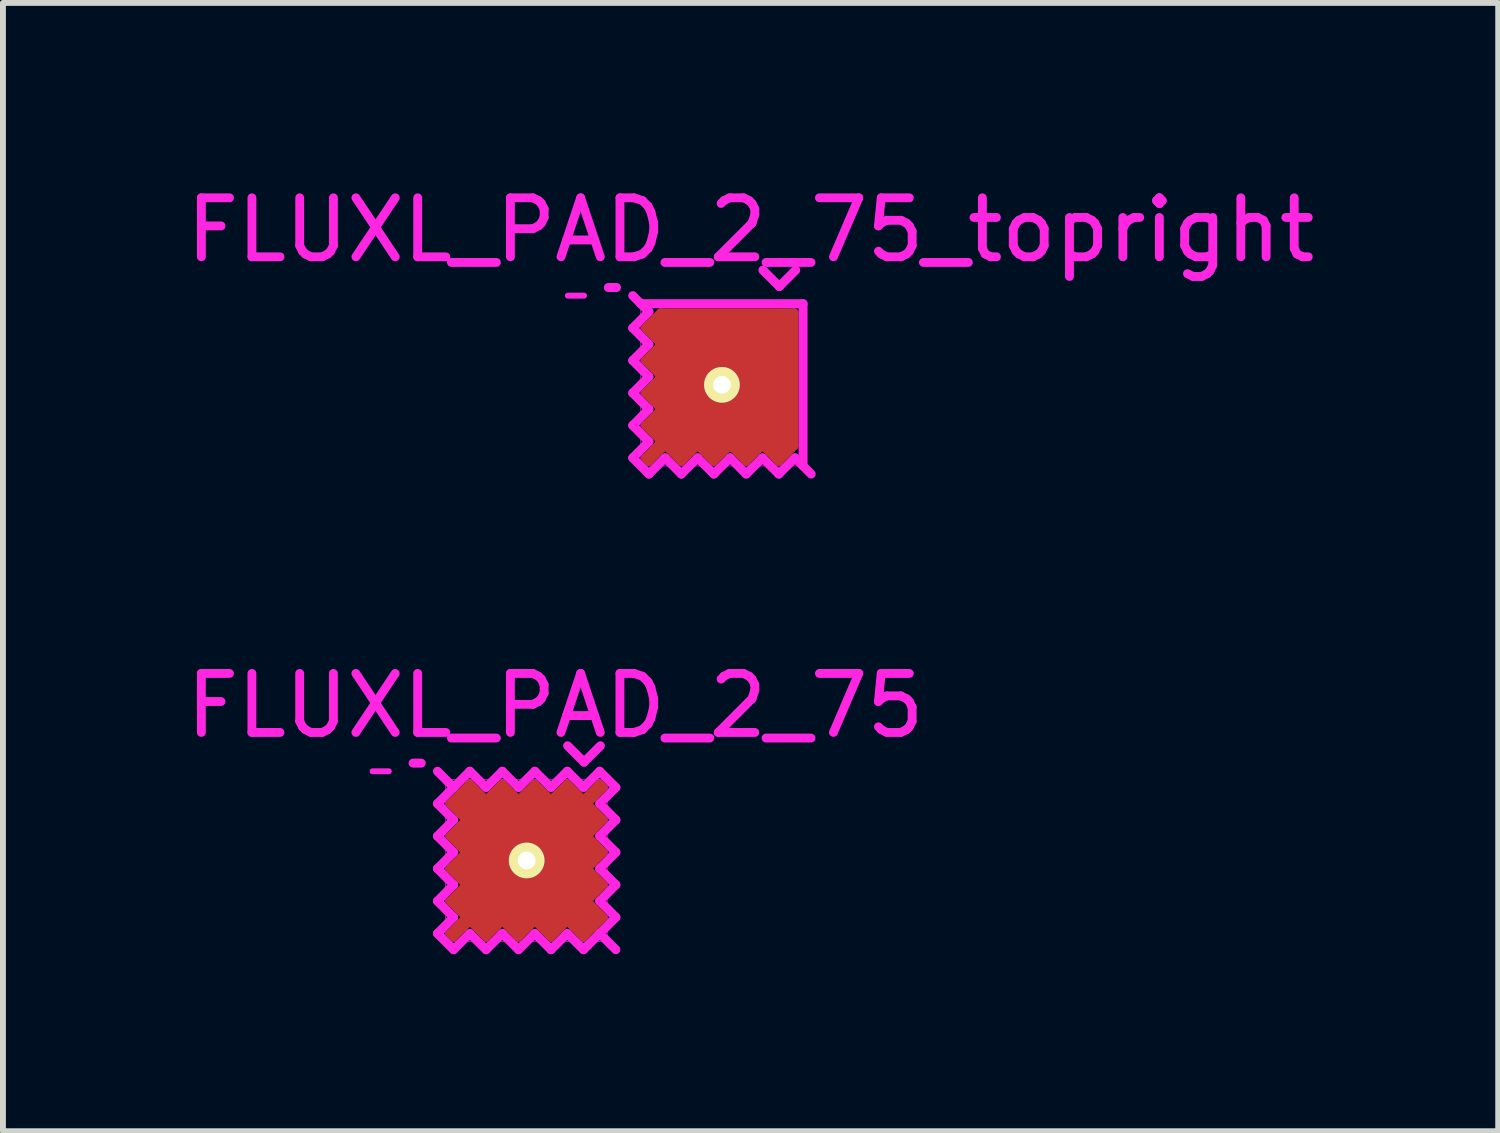
<source format=kicad_pcb>
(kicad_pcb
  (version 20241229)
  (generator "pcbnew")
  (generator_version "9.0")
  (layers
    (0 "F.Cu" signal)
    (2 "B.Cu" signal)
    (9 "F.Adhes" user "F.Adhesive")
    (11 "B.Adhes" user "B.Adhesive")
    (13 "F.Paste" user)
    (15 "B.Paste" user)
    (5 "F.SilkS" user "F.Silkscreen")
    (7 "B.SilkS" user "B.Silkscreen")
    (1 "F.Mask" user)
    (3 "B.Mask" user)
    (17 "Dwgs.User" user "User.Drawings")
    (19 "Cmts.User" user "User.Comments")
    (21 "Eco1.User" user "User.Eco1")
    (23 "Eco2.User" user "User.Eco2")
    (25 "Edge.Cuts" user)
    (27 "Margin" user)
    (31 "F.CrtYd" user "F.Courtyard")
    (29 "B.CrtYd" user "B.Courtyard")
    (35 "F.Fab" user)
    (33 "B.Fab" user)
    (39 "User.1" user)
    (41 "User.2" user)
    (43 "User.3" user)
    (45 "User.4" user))
  (footprint "FLUXL_PAD_2_75"
    (layer "F.Cu")
    (at 5.877 11.535)
    (property "Reference" "FLUXL_PAD_2_75" (at 0.486 -2.625 0) (layer "F.CrtYd") (effects (font (size 1 1) (thickness 0.15))))
    (attr smd)
    (fp_line (start -1.292 -0.963) (end -1.018 -0.688) (stroke (width 0.152) (type solid)) (layer "F.Cu"))
    (fp_line (start -1.292 -0.412) (end -1.018 -0.138) (stroke (width 0.152) (type solid)) (layer "F.Cu"))
    (fp_line (start -1.292 0.138) (end -1.018 0.412) (stroke (width 0.152) (type solid)) (layer "F.Cu"))
    (fp_line (start -1.292 0.688) (end -1.018 0.963) (stroke (width 0.152) (type solid)) (layer "F.Cu"))
    (fp_line (start -1.292 1.238) (end -1.238 1.292) (stroke (width 0.152) (type solid)) (layer "F.Cu"))
    (fp_line (start -1.238 -0.412) (end -1.073 -0.412) (stroke (width 0.152) (type solid)) (layer "F.Cu"))
    (fp_line (start -1.238 0.138) (end -1.073 0.138) (stroke (width 0.152) (type solid)) (layer "F.Cu"))
    (fp_line (start -1.238 0.688) (end -1.073 0.688) (stroke (width 0.152) (type solid)) (layer "F.Cu"))
    (fp_line (start -1.238 1.292) (end -0.963 1.018) (stroke (width 0.152) (type solid)) (layer "F.Cu"))
    (fp_line (start -1.183 -0.907) (end -0.907 -1.183) (stroke (width 0.152) (type solid)) (layer "F.Cu"))
    (fp_line (start -1.018 -0.688) (end -1.292 -0.412) (stroke (width 0.152) (type solid)) (layer "F.Cu"))
    (fp_line (start -1.018 -0.138) (end -1.292 0.138) (stroke (width 0.152) (type solid)) (layer "F.Cu"))
    (fp_line (start -1.018 0.412) (end -1.292 0.688) (stroke (width 0.152) (type solid)) (layer "F.Cu"))
    (fp_line (start -1.018 0.963) (end -1.292 1.238) (stroke (width 0.152) (type solid)) (layer "F.Cu"))
    (fp_line (start -0.963 -1.292) (end -1.292 -0.963) (stroke (width 0.152) (type solid)) (layer "F.Cu"))
    (fp_line (start -0.963 1.018) (end -0.688 1.292) (stroke (width 0.152) (type solid)) (layer "F.Cu"))
    (fp_line (start -0.688 -1.018) (end -0.963 -1.292) (stroke (width 0.152) (type solid)) (layer "F.Cu"))
    (fp_line (start -0.688 1.238) (end -0.688 1.073) (stroke (width 0.152) (type solid)) (layer "F.Cu"))
    (fp_line (start -0.688 1.292) (end -0.412 1.018) (stroke (width 0.152) (type solid)) (layer "F.Cu"))
    (fp_line (start -0.412 -1.292) (end -0.688 -1.018) (stroke (width 0.152) (type solid)) (layer "F.Cu"))
    (fp_line (start -0.412 -1.238) (end -0.412 -1.073) (stroke (width 0.152) (type solid)) (layer "F.Cu"))
    (fp_line (start -0.412 1.018) (end -0.138 1.292) (stroke (width 0.152) (type solid)) (layer "F.Cu"))
    (fp_line (start -0.138 -1.018) (end -0.412 -1.292) (stroke (width 0.152) (type solid)) (layer "F.Cu"))
    (fp_line (start -0.138 1.238) (end -0.138 1.073) (stroke (width 0.152) (type solid)) (layer "F.Cu"))
    (fp_line (start -0.138 1.292) (end 0.138 1.018) (stroke (width 0.152) (type solid)) (layer "F.Cu"))
    (fp_line (start 0.138 -1.292) (end -0.138 -1.018) (stroke (width 0.152) (type solid)) (layer "F.Cu"))
    (fp_line (start 0.138 -1.238) (end 0.138 -1.073) (stroke (width 0.152) (type solid)) (layer "F.Cu"))
    (fp_line (start 0.138 1.018) (end 0.412 1.292) (stroke (width 0.152) (type solid)) (layer "F.Cu"))
    (fp_line (start 0.412 -1.018) (end 0.138 -1.292) (stroke (width 0.152) (type solid)) (layer "F.Cu"))
    (fp_line (start 0.412 1.238) (end 0.412 1.073) (stroke (width 0.152) (type solid)) (layer "F.Cu"))
    (fp_line (start 0.412 1.292) (end 0.688 1.018) (stroke (width 0.152) (type solid)) (layer "F.Cu"))
    (fp_line (start 0.688 -1.292) (end 0.412 -1.018) (stroke (width 0.152) (type solid)) (layer "F.Cu"))
    (fp_line (start 0.688 -1.238) (end 0.688 -1.045) (stroke (width 0.152) (type solid)) (layer "F.Cu"))
    (fp_line (start 0.688 1.018) (end 0.963 1.292) (stroke (width 0.152) (type solid)) (layer "F.Cu"))
    (fp_line (start 0.963 -1.018) (end 0.688 -1.292) (stroke (width 0.152) (type solid)) (layer "F.Cu"))
    (fp_line (start 0.963 1.292) (end 1.292 0.963) (stroke (width 0.152) (type solid)) (layer "F.Cu"))
    (fp_line (start 1.018 -0.963) (end 1.292 -1.238) (stroke (width 0.152) (type solid)) (layer "F.Cu"))
    (fp_line (start 1.018 -0.412) (end 1.292 -0.688) (stroke (width 0.152) (type solid)) (layer "F.Cu"))
    (fp_line (start 1.018 0.138) (end 1.292 -0.138) (stroke (width 0.152) (type solid)) (layer "F.Cu"))
    (fp_line (start 1.018 0.688) (end 1.292 0.412) (stroke (width 0.152) (type solid)) (layer "F.Cu"))
    (fp_line (start 1.183 0.907) (end 0.907 1.183) (stroke (width 0.152) (type solid)) (layer "F.Cu"))
    (fp_line (start 1.238 -1.292) (end 0.963 -1.018) (stroke (width 0.152) (type solid)) (layer "F.Cu"))
    (fp_line (start 1.238 -0.688) (end 1.073 -0.688) (stroke (width 0.152) (type solid)) (layer "F.Cu"))
    (fp_line (start 1.238 -0.138) (end 1.073 -0.138) (stroke (width 0.152) (type solid)) (layer "F.Cu"))
    (fp_line (start 1.238 0.412) (end 1.073 0.412) (stroke (width 0.152) (type solid)) (layer "F.Cu"))
    (fp_line (start 1.292 -1.238) (end 1.238 -1.292) (stroke (width 0.152) (type solid)) (layer "F.Cu"))
    (fp_line (start 1.292 -0.688) (end 1.018 -0.963) (stroke (width 0.152) (type solid)) (layer "F.Cu"))
    (fp_line (start 1.292 -0.138) (end 1.018 -0.412) (stroke (width 0.152) (type solid)) (layer "F.Cu"))
    (fp_line (start 1.292 0.412) (end 1.018 0.138) (stroke (width 0.152) (type solid)) (layer "F.Cu"))
    (fp_line (start 1.292 0.963) (end 1.018 0.688) (stroke (width 0.152) (type solid)) (layer "F.Cu"))
    (fp_line (start -2.337 -1.512) (end -2.612 -1.512) (stroke (width 0.1) (type solid)) (layer "F.CrtYd"))
    (fp_line (start -1.925 -1.65) (end -1.788 -1.65) (stroke (width 0.152) (type solid)) (layer "F.CrtYd"))
    (fp_line (start -1.512 -1.512) (end -1.238 -1.238) (stroke (width 0.152) (type solid)) (layer "F.CrtYd"))
    (fp_line (start -1.512 -0.963) (end -1.238 -0.688) (stroke (width 0.152) (type solid)) (layer "F.CrtYd"))
    (fp_line (start -1.512 -0.412) (end -1.238 -0.138) (stroke (width 0.152) (type solid)) (layer "F.CrtYd"))
    (fp_line (start -1.512 0.138) (end -1.238 0.412) (stroke (width 0.152) (type solid)) (layer "F.CrtYd"))
    (fp_line (start -1.512 0.688) (end -1.238 0.963) (stroke (width 0.152) (type solid)) (layer "F.CrtYd"))
    (fp_line (start -1.512 1.238) (end -1.238 1.512) (stroke (width 0.152) (type solid)) (layer "F.CrtYd"))
    (fp_line (start -1.375 -1.375) (end 1.375 -1.375) (stroke (width 0.01) (type solid)) (layer "F.CrtYd"))
    (fp_line (start -1.375 1.375) (end -1.375 -1.375) (stroke (width 0.01) (type solid)) (layer "F.CrtYd"))
    (fp_line (start -1.238 -1.238) (end -1.512 -0.963) (stroke (width 0.152) (type solid)) (layer "F.CrtYd"))
    (fp_line (start -1.238 -1.238) (end -0.963 -1.512) (stroke (width 0.152) (type solid)) (layer "F.CrtYd"))
    (fp_line (start -1.238 -0.688) (end -1.512 -0.412) (stroke (width 0.152) (type solid)) (layer "F.CrtYd"))
    (fp_line (start -1.238 -0.138) (end -1.512 0.138) (stroke (width 0.152) (type solid)) (layer "F.CrtYd"))
    (fp_line (start -1.238 0.412) (end -1.512 0.688) (stroke (width 0.152) (type solid)) (layer "F.CrtYd"))
    (fp_line (start -1.238 0.963) (end -1.512 1.238) (stroke (width 0.152) (type solid)) (layer "F.CrtYd"))
    (fp_line (start -1.238 1.512) (end -0.963 1.238) (stroke (width 0.152) (type solid)) (layer "F.CrtYd"))
    (fp_line (start -0.963 -1.512) (end -0.688 -1.238) (stroke (width 0.152) (type solid)) (layer "F.CrtYd"))
    (fp_line (start -0.963 1.238) (end -0.688 1.512) (stroke (width 0.152) (type solid)) (layer "F.CrtYd"))
    (fp_line (start -0.688 -1.238) (end -0.412 -1.512) (stroke (width 0.152) (type solid)) (layer "F.CrtYd"))
    (fp_line (start -0.688 1.512) (end -0.412 1.238) (stroke (width 0.152) (type solid)) (layer "F.CrtYd"))
    (fp_line (start -0.412 -1.512) (end -0.138 -1.238) (stroke (width 0.152) (type solid)) (layer "F.CrtYd"))
    (fp_line (start -0.412 1.238) (end -0.138 1.512) (stroke (width 0.152) (type solid)) (layer "F.CrtYd"))
    (fp_line (start -0.138 -1.238) (end 0.138 -1.512) (stroke (width 0.152) (type solid)) (layer "F.CrtYd"))
    (fp_line (start -0.138 1.512) (end 0.138 1.238) (stroke (width 0.152) (type solid)) (layer "F.CrtYd"))
    (fp_line (start 0.138 -1.512) (end 0.412 -1.238) (stroke (width 0.152) (type solid)) (layer "F.CrtYd"))
    (fp_line (start 0.138 1.238) (end 0.412 1.512) (stroke (width 0.152) (type solid)) (layer "F.CrtYd"))
    (fp_line (start 0.412 -1.238) (end 0.688 -1.512) (stroke (width 0.152) (type solid)) (layer "F.CrtYd"))
    (fp_line (start 0.412 1.512) (end 0.688 1.238) (stroke (width 0.152) (type solid)) (layer "F.CrtYd"))
    (fp_line (start 0.688 -1.512) (end 0.963 -1.238) (stroke (width 0.152) (type solid)) (layer "F.CrtYd"))
    (fp_line (start 0.688 1.238) (end 0.963 1.512) (stroke (width 0.152) (type solid)) (layer "F.CrtYd"))
    (fp_line (start 0.963 -1.238) (end 1.238 -1.512) (stroke (width 0.152) (type solid)) (layer "F.CrtYd"))
    (fp_line (start 0.963 1.512) (end 1.238 1.238) (stroke (width 0.152) (type solid)) (layer "F.CrtYd"))
    (fp_line (start 0.972 -1.667) (end 0.694 -1.944) (stroke (width 0.152) (type solid)) (layer "F.CrtYd"))
    (fp_line (start 1.238 -1.512) (end 1.512 -1.238) (stroke (width 0.152) (type solid)) (layer "F.CrtYd"))
    (fp_line (start 1.238 -0.963) (end 1.512 -1.238) (stroke (width 0.152) (type solid)) (layer "F.CrtYd"))
    (fp_line (start 1.238 -0.412) (end 1.512 -0.688) (stroke (width 0.152) (type solid)) (layer "F.CrtYd"))
    (fp_line (start 1.238 0.138) (end 1.512 -0.138) (stroke (width 0.152) (type solid)) (layer "F.CrtYd"))
    (fp_line (start 1.238 0.688) (end 1.512 0.412) (stroke (width 0.152) (type solid)) (layer "F.CrtYd"))
    (fp_line (start 1.238 1.238) (end 1.512 1.512) (stroke (width 0.152) (type solid)) (layer "F.CrtYd"))
    (fp_line (start 1.25 -1.944) (end 0.972 -1.667) (stroke (width 0.152) (type solid)) (layer "F.CrtYd"))
    (fp_line (start 1.375 -1.375) (end 1.375 1.375) (stroke (width 0.01) (type solid)) (layer "F.CrtYd"))
    (fp_line (start 1.375 1.375) (end -1.375 1.375) (stroke (width 0.01) (type solid)) (layer "F.CrtYd"))
    (fp_line (start 1.512 -0.688) (end 1.238 -0.963) (stroke (width 0.152) (type solid)) (layer "F.CrtYd"))
    (fp_line (start 1.512 -0.138) (end 1.238 -0.412) (stroke (width 0.152) (type solid)) (layer "F.CrtYd"))
    (fp_line (start 1.512 0.412) (end 1.238 0.138) (stroke (width 0.152) (type solid)) (layer "F.CrtYd"))
    (fp_line (start 1.512 0.963) (end 1.238 0.688) (stroke (width 0.152) (type solid)) (layer "F.CrtYd"))
    (fp_line (start 1.512 0.963) (end 1.238 1.238) (stroke (width 0.152) (type solid)) (layer "F.CrtYd"))
    (pad "1" thru_hole circle (at 0 0) (size 0.605 0.605) (drill 0.3) (layers "*.Cu" "*.Mask" "F.SilkS"))
    (pad "1" smd rect (at 0 0) (size 2.25 2.25) (layers "F.Cu" "F.Mask" "F.Paste")))
  (footprint "FLUXL_PAD_2_75_topright"
    (layer "F.Cu")
    (at 9.187 3.473)
    (property "Reference" "FLUXL_PAD_2_75_topright" (at 0.486 -2.625 0) (layer "F.CrtYd") (effects (font (size 1 1) (thickness 0.15))))
    (attr smd)
    (fp_line (start -1.292 -0.963) (end -1.018 -0.688) (stroke (width 0.152) (type solid)) (layer "F.Cu"))
    (fp_line (start -1.292 -0.412) (end -1.018 -0.138) (stroke (width 0.152) (type solid)) (layer "F.Cu"))
    (fp_line (start -1.292 0.138) (end -1.018 0.412) (stroke (width 0.152) (type solid)) (layer "F.Cu"))
    (fp_line (start -1.292 0.688) (end -1.018 0.963) (stroke (width 0.152) (type solid)) (layer "F.Cu"))
    (fp_line (start -1.292 1.238) (end -1.238 1.292) (stroke (width 0.152) (type solid)) (layer "F.Cu"))
    (fp_line (start -1.238 -0.412) (end -1.073 -0.412) (stroke (width 0.152) (type solid)) (layer "F.Cu"))
    (fp_line (start -1.238 0.138) (end -1.073 0.138) (stroke (width 0.152) (type solid)) (layer "F.Cu"))
    (fp_line (start -1.238 0.688) (end -1.073 0.688) (stroke (width 0.152) (type solid)) (layer "F.Cu"))
    (fp_line (start -1.238 1.292) (end -0.963 1.018) (stroke (width 0.152) (type solid)) (layer "F.Cu"))
    (fp_line (start -1.183 -0.907) (end -0.907 -1.183) (stroke (width 0.152) (type solid)) (layer "F.Cu"))
    (fp_line (start -1.035 -1.22) (end -1.292 -0.963) (stroke (width 0.152) (type solid)) (layer "F.Cu"))
    (fp_line (start -1.035 -1.22) (end 1.22 -1.22) (stroke (width 0.152) (type solid)) (layer "F.Cu"))
    (fp_line (start -1.018 -0.688) (end -1.292 -0.412) (stroke (width 0.152) (type solid)) (layer "F.Cu"))
    (fp_line (start -1.018 -0.138) (end -1.292 0.138) (stroke (width 0.152) (type solid)) (layer "F.Cu"))
    (fp_line (start -1.018 0.412) (end -1.292 0.688) (stroke (width 0.152) (type solid)) (layer "F.Cu"))
    (fp_line (start -1.018 0.963) (end -1.292 1.238) (stroke (width 0.152) (type solid)) (layer "F.Cu"))
    (fp_line (start -0.963 1.018) (end -0.688 1.292) (stroke (width 0.152) (type solid)) (layer "F.Cu"))
    (fp_line (start -0.688 1.238) (end -0.688 1.073) (stroke (width 0.152) (type solid)) (layer "F.Cu"))
    (fp_line (start -0.688 1.292) (end -0.412 1.018) (stroke (width 0.152) (type solid)) (layer "F.Cu"))
    (fp_line (start -0.412 1.018) (end -0.138 1.292) (stroke (width 0.152) (type solid)) (layer "F.Cu"))
    (fp_line (start -0.138 1.238) (end -0.138 1.073) (stroke (width 0.152) (type solid)) (layer "F.Cu"))
    (fp_line (start -0.138 1.292) (end 0.138 1.018) (stroke (width 0.152) (type solid)) (layer "F.Cu"))
    (fp_line (start 0.138 1.018) (end 0.412 1.292) (stroke (width 0.152) (type solid)) (layer "F.Cu"))
    (fp_line (start 0.412 1.238) (end 0.412 1.073) (stroke (width 0.152) (type solid)) (layer "F.Cu"))
    (fp_line (start 0.412 1.292) (end 0.688 1.018) (stroke (width 0.152) (type solid)) (layer "F.Cu"))
    (fp_line (start 0.688 1.018) (end 0.963 1.292) (stroke (width 0.152) (type solid)) (layer "F.Cu"))
    (fp_line (start 0.963 1.292) (end 1.22 1.035) (stroke (width 0.152) (type solid)) (layer "F.Cu"))
    (fp_line (start 1.125 -1.125) (end -1.025 -1.125) (stroke (width 0.15) (type solid)) (layer "F.Cu"))
    (fp_line (start 1.125 0.9) (end 1.125 -1.125) (stroke (width 0.15) (type solid)) (layer "F.Cu"))
    (fp_line (start 1.183 0.907) (end 0.907 1.183) (stroke (width 0.152) (type solid)) (layer "F.Cu"))
    (fp_line (start 1.22 -1.22) (end 1.22 1.035) (stroke (width 0.152) (type solid)) (layer "F.Cu"))
    (fp_line (start -2.337 -1.512) (end -2.612 -1.512) (stroke (width 0.1) (type solid)) (layer "F.CrtYd"))
    (fp_line (start -1.925 -1.65) (end -1.788 -1.65) (stroke (width 0.152) (type solid)) (layer "F.CrtYd"))
    (fp_line (start -1.512 -1.512) (end -1.238 -1.238) (stroke (width 0.152) (type solid)) (layer "F.CrtYd"))
    (fp_line (start -1.512 -0.963) (end -1.238 -0.688) (stroke (width 0.152) (type solid)) (layer "F.CrtYd"))
    (fp_line (start -1.512 -0.412) (end -1.238 -0.138) (stroke (width 0.152) (type solid)) (layer "F.CrtYd"))
    (fp_line (start -1.512 0.138) (end -1.238 0.412) (stroke (width 0.152) (type solid)) (layer "F.CrtYd"))
    (fp_line (start -1.512 0.688) (end -1.238 0.963) (stroke (width 0.152) (type solid)) (layer "F.CrtYd"))
    (fp_line (start -1.512 1.238) (end -1.238 1.512) (stroke (width 0.152) (type solid)) (layer "F.CrtYd"))
    (fp_line (start -1.375 -1.375) (end 1.375 -1.375) (stroke (width 0.01) (type solid)) (layer "F.CrtYd"))
    (fp_line (start -1.375 -1.375) (end 1.375 -1.375) (stroke (width 0.152) (type solid)) (layer "F.CrtYd"))
    (fp_line (start -1.375 1.375) (end -1.375 -1.375) (stroke (width 0.01) (type solid)) (layer "F.CrtYd"))
    (fp_line (start -1.238 -1.238) (end -1.512 -0.963) (stroke (width 0.152) (type solid)) (layer "F.CrtYd"))
    (fp_line (start -1.238 -0.688) (end -1.512 -0.412) (stroke (width 0.152) (type solid)) (layer "F.CrtYd"))
    (fp_line (start -1.238 -0.138) (end -1.512 0.138) (stroke (width 0.152) (type solid)) (layer "F.CrtYd"))
    (fp_line (start -1.238 0.412) (end -1.512 0.688) (stroke (width 0.152) (type solid)) (layer "F.CrtYd"))
    (fp_line (start -1.238 0.963) (end -1.512 1.238) (stroke (width 0.152) (type solid)) (layer "F.CrtYd"))
    (fp_line (start -1.238 1.512) (end -0.963 1.238) (stroke (width 0.152) (type solid)) (layer "F.CrtYd"))
    (fp_line (start -0.963 1.238) (end -0.688 1.512) (stroke (width 0.152) (type solid)) (layer "F.CrtYd"))
    (fp_line (start -0.688 1.512) (end -0.412 1.238) (stroke (width 0.152) (type solid)) (layer "F.CrtYd"))
    (fp_line (start -0.412 1.238) (end -0.138 1.512) (stroke (width 0.152) (type solid)) (layer "F.CrtYd"))
    (fp_line (start -0.138 1.512) (end 0.138 1.238) (stroke (width 0.152) (type solid)) (layer "F.CrtYd"))
    (fp_line (start 0.138 1.238) (end 0.412 1.512) (stroke (width 0.152) (type solid)) (layer "F.CrtYd"))
    (fp_line (start 0.412 1.512) (end 0.688 1.238) (stroke (width 0.152) (type solid)) (layer "F.CrtYd"))
    (fp_line (start 0.688 1.238) (end 0.963 1.512) (stroke (width 0.152) (type solid)) (layer "F.CrtYd"))
    (fp_line (start 0.963 1.512) (end 1.238 1.238) (stroke (width 0.152) (type solid)) (layer "F.CrtYd"))
    (fp_line (start 0.972 -1.667) (end 0.694 -1.944) (stroke (width 0.152) (type solid)) (layer "F.CrtYd"))
    (fp_line (start 1.238 1.238) (end 1.512 1.512) (stroke (width 0.152) (type solid)) (layer "F.CrtYd"))
    (fp_line (start 1.25 -1.944) (end 0.972 -1.667) (stroke (width 0.152) (type solid)) (layer "F.CrtYd"))
    (fp_line (start 1.375 -1.375) (end 1.375 1.375) (stroke (width 0.01) (type solid)) (layer "F.CrtYd"))
    (fp_line (start 1.375 -1.375) (end 1.375 1.375) (stroke (width 0.152) (type solid)) (layer "F.CrtYd"))
    (fp_line (start 1.375 1.375) (end -1.375 1.375) (stroke (width 0.01) (type solid)) (layer "F.CrtYd"))
    (pad "1" thru_hole circle (at 0 0) (size 0.605 0.605) (drill 0.3) (layers "*.Cu" "*.Mask" "F.SilkS"))
    (pad "1" smd rect (at 0 0) (size 2.25 2.25) (layers "F.Cu" "F.Mask" "F.Paste")))
  (gr_rect
    (start -3 -3)
    (end 22.345 16.124)
    (stroke (width 0.1) (type default))
    (fill no)
    (layer "Edge.Cuts")))
</source>
